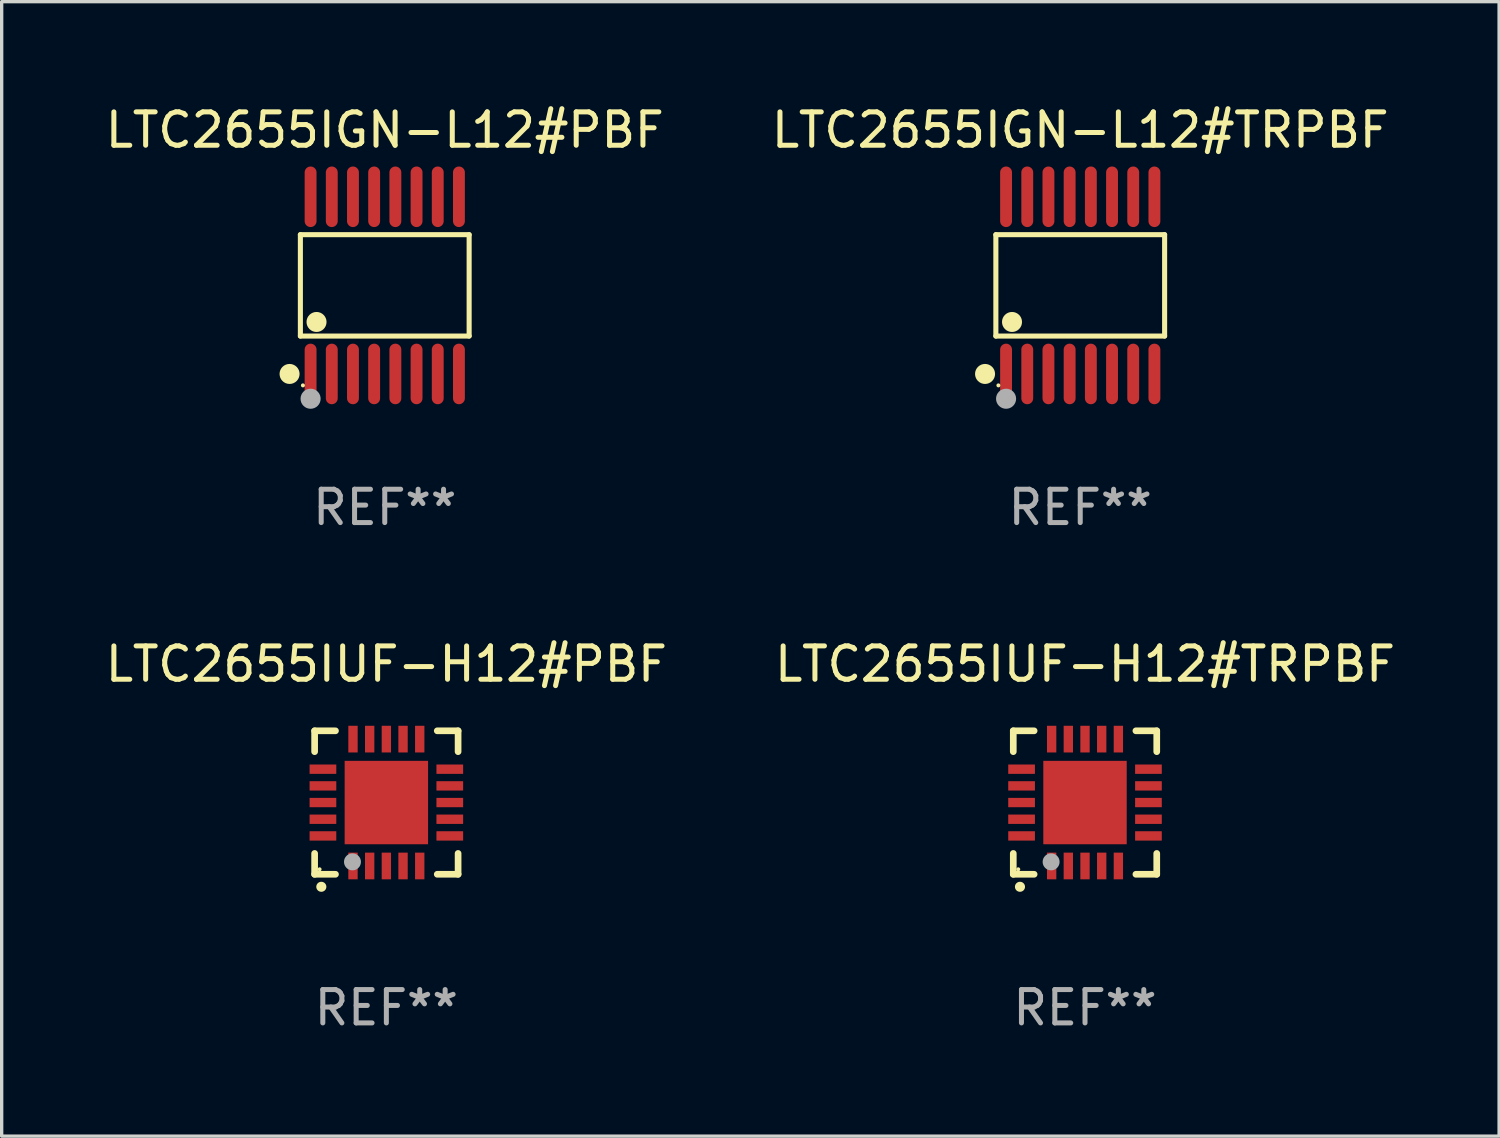
<source format=kicad_pcb>
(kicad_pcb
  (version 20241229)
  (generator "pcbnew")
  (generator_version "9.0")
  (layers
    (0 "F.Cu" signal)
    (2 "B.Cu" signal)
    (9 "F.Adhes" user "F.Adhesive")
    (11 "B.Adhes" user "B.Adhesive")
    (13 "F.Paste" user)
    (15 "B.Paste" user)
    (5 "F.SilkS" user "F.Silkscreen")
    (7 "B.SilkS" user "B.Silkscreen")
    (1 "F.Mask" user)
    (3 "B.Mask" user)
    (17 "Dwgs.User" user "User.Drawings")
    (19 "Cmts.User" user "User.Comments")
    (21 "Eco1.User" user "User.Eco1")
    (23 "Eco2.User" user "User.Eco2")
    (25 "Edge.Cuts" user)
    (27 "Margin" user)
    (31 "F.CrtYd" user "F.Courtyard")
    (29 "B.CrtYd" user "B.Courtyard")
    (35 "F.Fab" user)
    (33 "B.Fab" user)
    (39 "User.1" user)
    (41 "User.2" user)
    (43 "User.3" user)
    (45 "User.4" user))
  (footprint "LTC2655IGN-L12#TRPBF"
    (layer "F.Cu")
    (at 29.327 5.503)
    (property "Reference" "LTC2655IGN-L12#TRPBF" (at 0 -4.655 0) (layer "F.SilkS") (effects (font (size 1 1) (thickness 0.15))))
    (attr through_hole)
    (fp_line (start -2.529 -1.519) (end 2.529 -1.519) (stroke (width 0.152) (type solid)) (layer "F.SilkS"))
    (fp_line (start -2.529 1.519) (end -2.529 -1.519) (stroke (width 0.152) (type solid)) (layer "F.SilkS"))
    (fp_line (start 2.529 -1.519) (end 2.529 1.519) (stroke (width 0.152) (type solid)) (layer "F.SilkS"))
    (fp_line (start 2.529 1.519) (end -2.529 1.519) (stroke (width 0.152) (type solid)) (layer "F.SilkS"))
    (fp_circle (center -2.853 2.655) (end -2.703 2.655) (stroke (width 0.3) (type solid)) (fill no) (layer "F.SilkS"))
    (fp_circle (center -2.453 2.998) (end -2.423 2.998) (stroke (width 0.06) (type solid)) (fill no) (layer "F.SilkS"))
    (fp_circle (center -2.045 1.097) (end -1.895 1.097) (stroke (width 0.3) (type solid)) (fill no) (layer "F.SilkS"))
    (fp_circle (center -2.223 3.398) (end -2.072 3.398) (stroke (width 0.3) (type solid)) (fill no) (layer "F.Fab"))
    (fp_text user "REF**" (at 0 6.655 0) (layer "F.Fab") (effects (font (size 1 1) (thickness 0.15))))
    (pad "1" smd oval (at -2.223 2.655) (size 0.356 1.815) (layers "F.Cu" "F.Mask" "F.Paste"))
    (pad "2" smd oval (at -1.588 2.655) (size 0.356 1.815) (layers "F.Cu" "F.Mask" "F.Paste"))
    (pad "3" smd oval (at -0.953 2.655) (size 0.356 1.815) (layers "F.Cu" "F.Mask" "F.Paste"))
    (pad "4" smd oval (at -0.318 2.655) (size 0.356 1.815) (layers "F.Cu" "F.Mask" "F.Paste"))
    (pad "5" smd oval (at 0.318 2.655) (size 0.356 1.815) (layers "F.Cu" "F.Mask" "F.Paste"))
    (pad "6" smd oval (at 0.953 2.655) (size 0.356 1.815) (layers "F.Cu" "F.Mask" "F.Paste"))
    (pad "7" smd oval (at 1.588 2.655) (size 0.356 1.815) (layers "F.Cu" "F.Mask" "F.Paste"))
    (pad "8" smd oval (at 2.223 2.655) (size 0.356 1.815) (layers "F.Cu" "F.Mask" "F.Paste"))
    (pad "9" smd oval (at 2.223 -2.655) (size 0.356 1.815) (layers "F.Cu" "F.Mask" "F.Paste"))
    (pad "10" smd oval (at 1.588 -2.655) (size 0.356 1.815) (layers "F.Cu" "F.Mask" "F.Paste"))
    (pad "11" smd oval (at 0.953 -2.655) (size 0.356 1.815) (layers "F.Cu" "F.Mask" "F.Paste"))
    (pad "12" smd oval (at 0.318 -2.655) (size 0.356 1.815) (layers "F.Cu" "F.Mask" "F.Paste"))
    (pad "13" smd oval (at -0.318 -2.655) (size 0.356 1.815) (layers "F.Cu" "F.Mask" "F.Paste"))
    (pad "14" smd oval (at -0.953 -2.655) (size 0.356 1.815) (layers "F.Cu" "F.Mask" "F.Paste"))
    (pad "15" smd oval (at -1.588 -2.655) (size 0.356 1.815) (layers "F.Cu" "F.Mask" "F.Paste"))
    (pad "16" smd oval (at -2.223 -2.655) (size 0.356 1.815) (layers "F.Cu" "F.Mask" "F.Paste")))
  (footprint "LTC2655IGN-L12#PBF"
    (layer "F.Cu")
    (at 8.482 5.503)
    (property "Reference" "LTC2655IGN-L12#PBF" (at 0 -4.655 0) (layer "F.SilkS") (effects (font (size 1 1) (thickness 0.15))))
    (attr through_hole)
    (fp_line (start -2.529 -1.519) (end 2.529 -1.519) (stroke (width 0.152) (type solid)) (layer "F.SilkS"))
    (fp_line (start -2.529 1.519) (end -2.529 -1.519) (stroke (width 0.152) (type solid)) (layer "F.SilkS"))
    (fp_line (start 2.529 -1.519) (end 2.529 1.519) (stroke (width 0.152) (type solid)) (layer "F.SilkS"))
    (fp_line (start 2.529 1.519) (end -2.529 1.519) (stroke (width 0.152) (type solid)) (layer "F.SilkS"))
    (fp_circle (center -2.853 2.655) (end -2.703 2.655) (stroke (width 0.3) (type solid)) (fill no) (layer "F.SilkS"))
    (fp_circle (center -2.453 2.998) (end -2.423 2.998) (stroke (width 0.06) (type solid)) (fill no) (layer "F.SilkS"))
    (fp_circle (center -2.045 1.097) (end -1.895 1.097) (stroke (width 0.3) (type solid)) (fill no) (layer "F.SilkS"))
    (fp_circle (center -2.223 3.398) (end -2.072 3.398) (stroke (width 0.3) (type solid)) (fill no) (layer "F.Fab"))
    (fp_text user "REF**" (at 0 6.655 0) (layer "F.Fab") (effects (font (size 1 1) (thickness 0.15))))
    (pad "1" smd oval (at -2.223 2.655) (size 0.356 1.815) (layers "F.Cu" "F.Mask" "F.Paste"))
    (pad "2" smd oval (at -1.588 2.655) (size 0.356 1.815) (layers "F.Cu" "F.Mask" "F.Paste"))
    (pad "3" smd oval (at -0.953 2.655) (size 0.356 1.815) (layers "F.Cu" "F.Mask" "F.Paste"))
    (pad "4" smd oval (at -0.318 2.655) (size 0.356 1.815) (layers "F.Cu" "F.Mask" "F.Paste"))
    (pad "5" smd oval (at 0.318 2.655) (size 0.356 1.815) (layers "F.Cu" "F.Mask" "F.Paste"))
    (pad "6" smd oval (at 0.953 2.655) (size 0.356 1.815) (layers "F.Cu" "F.Mask" "F.Paste"))
    (pad "7" smd oval (at 1.588 2.655) (size 0.356 1.815) (layers "F.Cu" "F.Mask" "F.Paste"))
    (pad "8" smd oval (at 2.223 2.655) (size 0.356 1.815) (layers "F.Cu" "F.Mask" "F.Paste"))
    (pad "9" smd oval (at 2.223 -2.655) (size 0.356 1.815) (layers "F.Cu" "F.Mask" "F.Paste"))
    (pad "10" smd oval (at 1.588 -2.655) (size 0.356 1.815) (layers "F.Cu" "F.Mask" "F.Paste"))
    (pad "11" smd oval (at 0.953 -2.655) (size 0.356 1.815) (layers "F.Cu" "F.Mask" "F.Paste"))
    (pad "12" smd oval (at 0.318 -2.655) (size 0.356 1.815) (layers "F.Cu" "F.Mask" "F.Paste"))
    (pad "13" smd oval (at -0.318 -2.655) (size 0.356 1.815) (layers "F.Cu" "F.Mask" "F.Paste"))
    (pad "14" smd oval (at -0.953 -2.655) (size 0.356 1.815) (layers "F.Cu" "F.Mask" "F.Paste"))
    (pad "15" smd oval (at -1.588 -2.655) (size 0.356 1.815) (layers "F.Cu" "F.Mask" "F.Paste"))
    (pad "16" smd oval (at -2.223 -2.655) (size 0.356 1.815) (layers "F.Cu" "F.Mask" "F.Paste")))
  (footprint "LTC2655IUF-H12#PBF"
    (layer "F.Cu")
    (at 8.53 21.004)
    (property "Reference" "LTC2655IUF-H12#PBF" (at 0 -4.15 0) (layer "F.SilkS") (effects (font (size 1 1) (thickness 0.15))))
    (attr through_hole)
    (fp_line (start -2.15 -2.15) (end -2.15 -1.525) (stroke (width 0.2) (type solid)) (layer "F.SilkS"))
    (fp_line (start -2.15 2.15) (end -2.15 1.525) (stroke (width 0.2) (type solid)) (layer "F.SilkS"))
    (fp_line (start -1.525 -2.15) (end -2.15 -2.15) (stroke (width 0.2) (type solid)) (layer "F.SilkS"))
    (fp_line (start -1.525 2.15) (end -2.15 2.15) (stroke (width 0.2) (type solid)) (layer "F.SilkS"))
    (fp_line (start 1.525 2.15) (end 2.15 2.15) (stroke (width 0.2) (type solid)) (layer "F.SilkS"))
    (fp_line (start 2.15 -2.15) (end 1.525 -2.15) (stroke (width 0.2) (type solid)) (layer "F.SilkS"))
    (fp_line (start 2.15 -1.525) (end 2.15 -2.15) (stroke (width 0.2) (type solid)) (layer "F.SilkS"))
    (fp_line (start 2.15 2.15) (end 2.15 1.525) (stroke (width 0.2) (type solid)) (layer "F.SilkS"))
    (fp_arc (start -1.950724 2.524765) (mid -1.949454 2.52476) (end -1.948184 2.524765) (stroke (width 0.3) (type solid)) (layer "F.SilkS"))
    (fp_circle (center -2.001 2.001) (end -1.971 2.001) (stroke (width 0.06) (type solid)) (fill no) (layer "F.SilkS"))
    (fp_circle (center -1.016 1.778) (end -0.889 1.778) (stroke (width 0.254) (type solid)) (fill no) (layer "F.Fab"))
    (fp_text user "REF**" (at 0 6.15 0) (layer "F.Fab") (effects (font (size 1 1) (thickness 0.15))))
    (pad "1" smd rect (at -1 1.901) (size 0.28 0.8) (layers "F.Cu" "F.Mask" "F.Paste"))
    (pad "2" smd rect (at -0.5 1.901) (size 0.28 0.8) (layers "F.Cu" "F.Mask" "F.Paste"))
    (pad "3" smd rect (at 0 1.901) (size 0.28 0.8) (layers "F.Cu" "F.Mask" "F.Paste"))
    (pad "4" smd rect (at 0.5 1.901) (size 0.28 0.8) (layers "F.Cu" "F.Mask" "F.Paste"))
    (pad "5" smd rect (at 1 1.901) (size 0.28 0.8) (layers "F.Cu" "F.Mask" "F.Paste"))
    (pad "6" smd rect (at 1.901 1) (size 0.8 0.28) (layers "F.Cu" "F.Mask" "F.Paste"))
    (pad "7" smd rect (at 1.901 0.5) (size 0.8 0.28) (layers "F.Cu" "F.Mask" "F.Paste"))
    (pad "8" smd rect (at 1.901 0) (size 0.8 0.28) (layers "F.Cu" "F.Mask" "F.Paste"))
    (pad "9" smd rect (at 1.901 -0.5) (size 0.8 0.28) (layers "F.Cu" "F.Mask" "F.Paste"))
    (pad "10" smd rect (at 1.901 -1) (size 0.8 0.28) (layers "F.Cu" "F.Mask" "F.Paste"))
    (pad "11" smd rect (at 1 -1.901) (size 0.28 0.8) (layers "F.Cu" "F.Mask" "F.Paste"))
    (pad "12" smd rect (at 0.5 -1.901) (size 0.28 0.8) (layers "F.Cu" "F.Mask" "F.Paste"))
    (pad "13" smd rect (at 0 -1.901) (size 0.28 0.8) (layers "F.Cu" "F.Mask" "F.Paste"))
    (pad "14" smd rect (at -0.5 -1.901) (size 0.28 0.8) (layers "F.Cu" "F.Mask" "F.Paste"))
    (pad "15" smd rect (at -1 -1.901) (size 0.28 0.8) (layers "F.Cu" "F.Mask" "F.Paste"))
    (pad "16" smd rect (at -1.901 -1) (size 0.8 0.28) (layers "F.Cu" "F.Mask" "F.Paste"))
    (pad "17" smd rect (at -1.901 -0.5) (size 0.8 0.28) (layers "F.Cu" "F.Mask" "F.Paste"))
    (pad "18" smd rect (at -1.901 0) (size 0.8 0.28) (layers "F.Cu" "F.Mask" "F.Paste"))
    (pad "19" smd rect (at -1.901 0.5) (size 0.8 0.28) (layers "F.Cu" "F.Mask" "F.Paste"))
    (pad "20" smd rect (at -1.901 1) (size 0.8 0.28) (layers "F.Cu" "F.Mask" "F.Paste"))
    (pad "21" smd rect (at 0 0) (size 2.5 2.5) (layers "F.Cu" "F.Mask" "F.Paste")))
  (footprint "LTC2655IUF-H12#TRPBF"
    (layer "F.Cu")
    (at 29.47 21.004)
    (property "Reference" "LTC2655IUF-H12#TRPBF" (at 0 -4.15 0) (layer "F.SilkS") (effects (font (size 1 1) (thickness 0.15))))
    (attr through_hole)
    (fp_line (start -2.15 -2.15) (end -2.15 -1.525) (stroke (width 0.2) (type solid)) (layer "F.SilkS"))
    (fp_line (start -2.15 2.15) (end -2.15 1.525) (stroke (width 0.2) (type solid)) (layer "F.SilkS"))
    (fp_line (start -1.525 -2.15) (end -2.15 -2.15) (stroke (width 0.2) (type solid)) (layer "F.SilkS"))
    (fp_line (start -1.525 2.15) (end -2.15 2.15) (stroke (width 0.2) (type solid)) (layer "F.SilkS"))
    (fp_line (start 1.525 2.15) (end 2.15 2.15) (stroke (width 0.2) (type solid)) (layer "F.SilkS"))
    (fp_line (start 2.15 -2.15) (end 1.525 -2.15) (stroke (width 0.2) (type solid)) (layer "F.SilkS"))
    (fp_line (start 2.15 -1.525) (end 2.15 -2.15) (stroke (width 0.2) (type solid)) (layer "F.SilkS"))
    (fp_line (start 2.15 2.15) (end 2.15 1.525) (stroke (width 0.2) (type solid)) (layer "F.SilkS"))
    (fp_arc (start -1.950724 2.524765) (mid -1.949454 2.52476) (end -1.948184 2.524765) (stroke (width 0.3) (type solid)) (layer "F.SilkS"))
    (fp_circle (center -2.001 2.001) (end -1.971 2.001) (stroke (width 0.06) (type solid)) (fill no) (layer "F.SilkS"))
    (fp_circle (center -1.016 1.778) (end -0.889 1.778) (stroke (width 0.254) (type solid)) (fill no) (layer "F.Fab"))
    (fp_text user "REF**" (at 0 6.15 0) (layer "F.Fab") (effects (font (size 1 1) (thickness 0.15))))
    (pad "1" smd rect (at -1 1.901) (size 0.28 0.8) (layers "F.Cu" "F.Mask" "F.Paste"))
    (pad "2" smd rect (at -0.5 1.901) (size 0.28 0.8) (layers "F.Cu" "F.Mask" "F.Paste"))
    (pad "3" smd rect (at 0 1.901) (size 0.28 0.8) (layers "F.Cu" "F.Mask" "F.Paste"))
    (pad "4" smd rect (at 0.5 1.901) (size 0.28 0.8) (layers "F.Cu" "F.Mask" "F.Paste"))
    (pad "5" smd rect (at 1 1.901) (size 0.28 0.8) (layers "F.Cu" "F.Mask" "F.Paste"))
    (pad "6" smd rect (at 1.901 1) (size 0.8 0.28) (layers "F.Cu" "F.Mask" "F.Paste"))
    (pad "7" smd rect (at 1.901 0.5) (size 0.8 0.28) (layers "F.Cu" "F.Mask" "F.Paste"))
    (pad "8" smd rect (at 1.901 0) (size 0.8 0.28) (layers "F.Cu" "F.Mask" "F.Paste"))
    (pad "9" smd rect (at 1.901 -0.5) (size 0.8 0.28) (layers "F.Cu" "F.Mask" "F.Paste"))
    (pad "10" smd rect (at 1.901 -1) (size 0.8 0.28) (layers "F.Cu" "F.Mask" "F.Paste"))
    (pad "11" smd rect (at 1 -1.901) (size 0.28 0.8) (layers "F.Cu" "F.Mask" "F.Paste"))
    (pad "12" smd rect (at 0.5 -1.901) (size 0.28 0.8) (layers "F.Cu" "F.Mask" "F.Paste"))
    (pad "13" smd rect (at 0 -1.901) (size 0.28 0.8) (layers "F.Cu" "F.Mask" "F.Paste"))
    (pad "14" smd rect (at -0.5 -1.901) (size 0.28 0.8) (layers "F.Cu" "F.Mask" "F.Paste"))
    (pad "15" smd rect (at -1 -1.901) (size 0.28 0.8) (layers "F.Cu" "F.Mask" "F.Paste"))
    (pad "16" smd rect (at -1.901 -1) (size 0.8 0.28) (layers "F.Cu" "F.Mask" "F.Paste"))
    (pad "17" smd rect (at -1.901 -0.5) (size 0.8 0.28) (layers "F.Cu" "F.Mask" "F.Paste"))
    (pad "18" smd rect (at -1.901 0) (size 0.8 0.28) (layers "F.Cu" "F.Mask" "F.Paste"))
    (pad "19" smd rect (at -1.901 0.5) (size 0.8 0.28) (layers "F.Cu" "F.Mask" "F.Paste"))
    (pad "20" smd rect (at -1.901 1) (size 0.8 0.28) (layers "F.Cu" "F.Mask" "F.Paste"))
    (pad "21" smd rect (at 0 0) (size 2.5 2.5) (layers "F.Cu" "F.Mask" "F.Paste")))
  (gr_rect
    (start -3 -3)
    (end 41.881 31.003)
    (stroke (width 0.1) (type default))
    (fill no)
    (layer "Edge.Cuts")))
</source>
